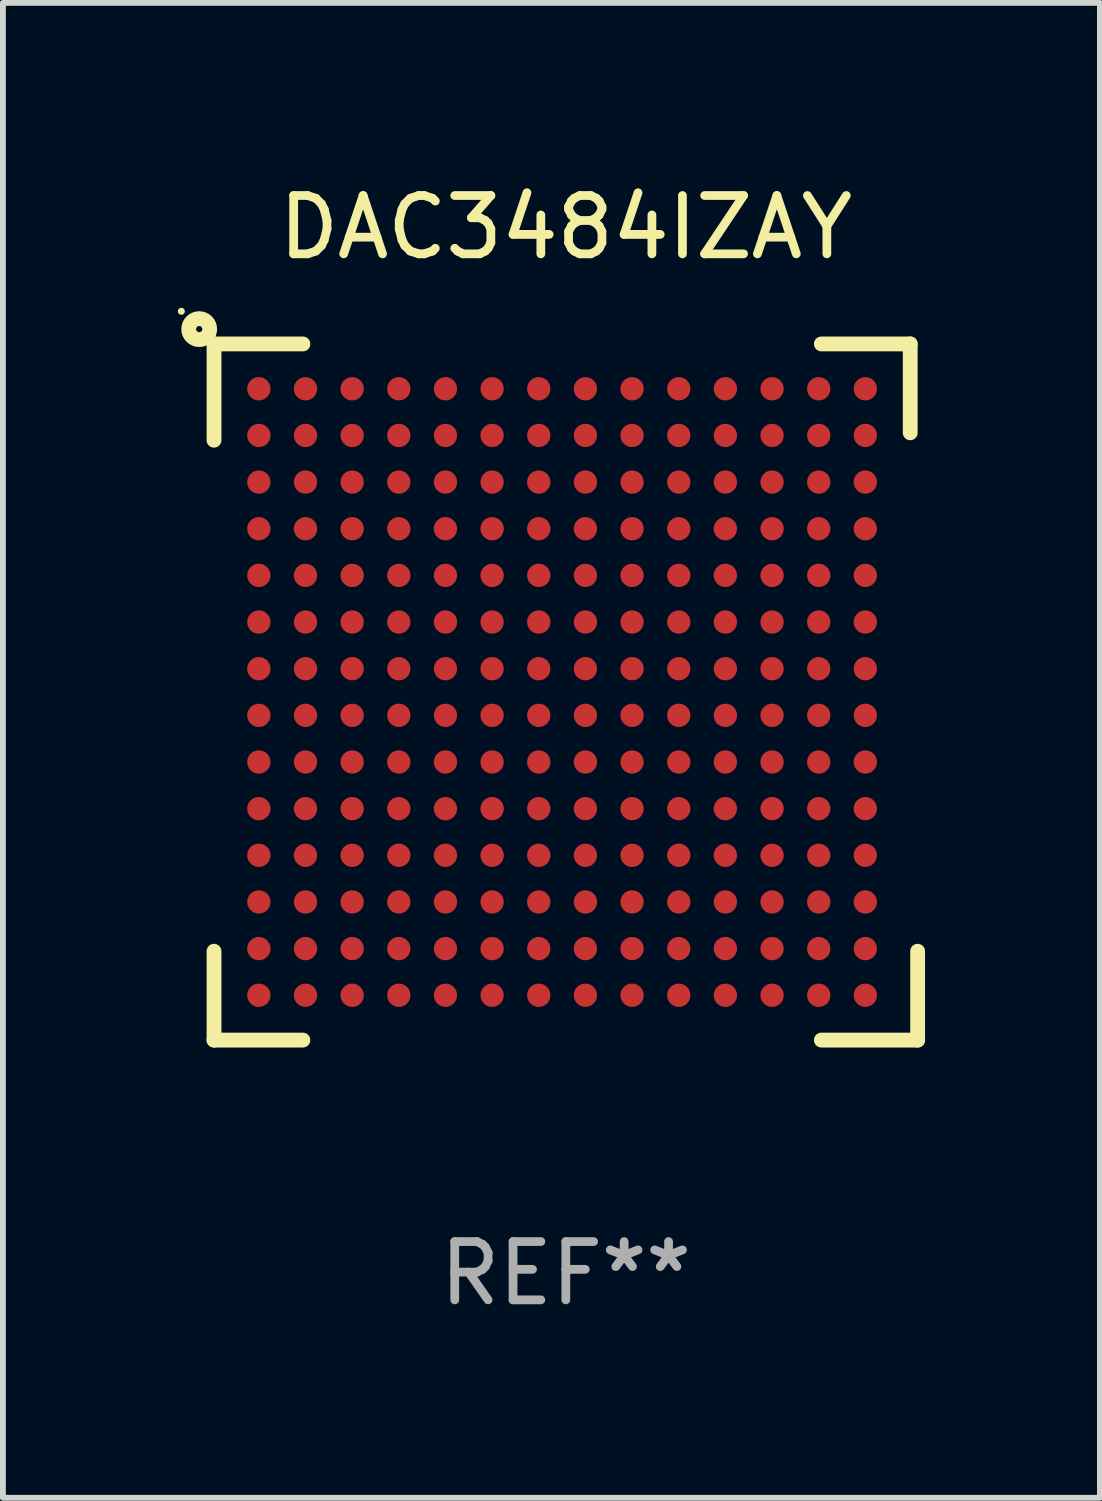
<source format=kicad_pcb>
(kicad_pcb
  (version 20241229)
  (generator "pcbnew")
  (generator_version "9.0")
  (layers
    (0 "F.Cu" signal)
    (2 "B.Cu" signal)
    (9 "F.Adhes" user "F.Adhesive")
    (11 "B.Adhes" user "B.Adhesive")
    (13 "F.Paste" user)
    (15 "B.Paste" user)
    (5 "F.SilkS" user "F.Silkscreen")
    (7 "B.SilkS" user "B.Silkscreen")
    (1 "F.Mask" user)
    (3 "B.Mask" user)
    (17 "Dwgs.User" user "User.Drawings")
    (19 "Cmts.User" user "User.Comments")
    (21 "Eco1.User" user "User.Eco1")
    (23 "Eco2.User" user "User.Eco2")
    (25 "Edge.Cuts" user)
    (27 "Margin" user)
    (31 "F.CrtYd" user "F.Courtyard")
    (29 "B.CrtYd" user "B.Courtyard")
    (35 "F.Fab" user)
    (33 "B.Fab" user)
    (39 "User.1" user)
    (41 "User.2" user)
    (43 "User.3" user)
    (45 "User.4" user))
  (footprint "DAC3484IZAY"
    (layer "F.Cu")
    (at 6.653 8.817)
    (property "Reference" "DAC3484IZAY" (at 0 -7.969 0) (layer "F.SilkS") (effects (font (size 1 1) (thickness 0.15))))
    (attr through_hole)
    (fp_line (start -6.033 -5.969) (end -4.509 -5.969) (stroke (width 0.254) (type solid)) (layer "F.SilkS"))
    (fp_line (start -6.033 -4.318) (end -6.033 -5.969) (stroke (width 0.254) (type solid)) (layer "F.SilkS"))
    (fp_line (start -6.033 5.969) (end -6.033 4.445) (stroke (width 0.254) (type solid)) (layer "F.SilkS"))
    (fp_line (start -4.509 5.969) (end -6.033 5.969) (stroke (width 0.254) (type solid)) (layer "F.SilkS"))
    (fp_line (start 4.382 -5.969) (end 5.906 -5.969) (stroke (width 0.254) (type solid)) (layer "F.SilkS"))
    (fp_line (start 5.906 -5.969) (end 5.906 -4.445) (stroke (width 0.254) (type solid)) (layer "F.SilkS"))
    (fp_line (start 6.033 4.445) (end 6.033 5.969) (stroke (width 0.254) (type solid)) (layer "F.SilkS"))
    (fp_line (start 6.033 5.969) (end 4.382 5.969) (stroke (width 0.254) (type solid)) (layer "F.SilkS"))
    (fp_circle (center -6.593 -6.529) (end -6.563 -6.529) (stroke (width 0.06) (type solid)) (fill no) (layer "F.SilkS"))
    (fp_circle (center -6.287 -6.223) (end -6.107 -6.223) (stroke (width 0.254) (type solid)) (fill no) (layer "F.SilkS"))
    (fp_text user "REF**" (at 0 9.969 0) (layer "F.Fab") (effects (font (size 1 1) (thickness 0.15))))
    (pad "A1" smd circle (at -5.264 -5.2) (size 0.4 0.4) (layers "F.Cu" "F.Mask" "F.Paste"))
    (pad "A2" smd circle (at -4.464 -5.2) (size 0.4 0.4) (layers "F.Cu" "F.Mask" "F.Paste"))
    (pad "A3" smd circle (at -3.664 -5.2) (size 0.4 0.4) (layers "F.Cu" "F.Mask" "F.Paste"))
    (pad "A4" smd circle (at -2.864 -5.2) (size 0.4 0.4) (layers "F.Cu" "F.Mask" "F.Paste"))
    (pad "A5" smd circle (at -2.064 -5.2) (size 0.4 0.4) (layers "F.Cu" "F.Mask" "F.Paste"))
    (pad "A6" smd circle (at -1.264 -5.2) (size 0.4 0.4) (layers "F.Cu" "F.Mask" "F.Paste"))
    (pad "A7" smd circle (at -0.464 -5.2) (size 0.4 0.4) (layers "F.Cu" "F.Mask" "F.Paste"))
    (pad "A8" smd circle (at 0.336 -5.2) (size 0.4 0.4) (layers "F.Cu" "F.Mask" "F.Paste"))
    (pad "A9" smd circle (at 1.136 -5.2) (size 0.4 0.4) (layers "F.Cu" "F.Mask" "F.Paste"))
    (pad "A10" smd circle (at 1.937 -5.2) (size 0.4 0.4) (layers "F.Cu" "F.Mask" "F.Paste"))
    (pad "A11" smd circle (at 2.736 -5.2) (size 0.4 0.4) (layers "F.Cu" "F.Mask" "F.Paste"))
    (pad "A12" smd circle (at 3.537 -5.2) (size 0.4 0.4) (layers "F.Cu" "F.Mask" "F.Paste"))
    (pad "A13" smd circle (at 4.337 -5.2) (size 0.4 0.4) (layers "F.Cu" "F.Mask" "F.Paste"))
    (pad "A14" smd circle (at 5.136 -5.2) (size 0.4 0.4) (layers "F.Cu" "F.Mask" "F.Paste"))
    (pad "B1" smd circle (at -5.264 -4.4) (size 0.4 0.4) (layers "F.Cu" "F.Mask" "F.Paste"))
    (pad "B2" smd circle (at -4.464 -4.4) (size 0.4 0.4) (layers "F.Cu" "F.Mask" "F.Paste"))
    (pad "B3" smd circle (at -3.664 -4.4) (size 0.4 0.4) (layers "F.Cu" "F.Mask" "F.Paste"))
    (pad "B4" smd circle (at -2.864 -4.4) (size 0.4 0.4) (layers "F.Cu" "F.Mask" "F.Paste"))
    (pad "B5" smd circle (at -2.064 -4.4) (size 0.4 0.4) (layers "F.Cu" "F.Mask" "F.Paste"))
    (pad "B6" smd circle (at -1.264 -4.4) (size 0.4 0.4) (layers "F.Cu" "F.Mask" "F.Paste"))
    (pad "B7" smd circle (at -0.464 -4.4) (size 0.4 0.4) (layers "F.Cu" "F.Mask" "F.Paste"))
    (pad "B8" smd circle (at 0.336 -4.4) (size 0.4 0.4) (layers "F.Cu" "F.Mask" "F.Paste"))
    (pad "B9" smd circle (at 1.136 -4.4) (size 0.4 0.4) (layers "F.Cu" "F.Mask" "F.Paste"))
    (pad "B10" smd circle (at 1.937 -4.4) (size 0.4 0.4) (layers "F.Cu" "F.Mask" "F.Paste"))
    (pad "B11" smd circle (at 2.736 -4.4) (size 0.4 0.4) (layers "F.Cu" "F.Mask" "F.Paste"))
    (pad "B12" smd circle (at 3.537 -4.4) (size 0.4 0.4) (layers "F.Cu" "F.Mask" "F.Paste"))
    (pad "B13" smd circle (at 4.337 -4.4) (size 0.4 0.4) (layers "F.Cu" "F.Mask" "F.Paste"))
    (pad "B14" smd circle (at 5.136 -4.4) (size 0.4 0.4) (layers "F.Cu" "F.Mask" "F.Paste"))
    (pad "C1" smd circle (at -5.264 -3.6) (size 0.4 0.4) (layers "F.Cu" "F.Mask" "F.Paste"))
    (pad "C2" smd circle (at -4.464 -3.6) (size 0.4 0.4) (layers "F.Cu" "F.Mask" "F.Paste"))
    (pad "C3" smd circle (at -3.664 -3.6) (size 0.4 0.4) (layers "F.Cu" "F.Mask" "F.Paste"))
    (pad "C4" smd circle (at -2.864 -3.6) (size 0.4 0.4) (layers "F.Cu" "F.Mask" "F.Paste"))
    (pad "C5" smd circle (at -2.064 -3.6) (size 0.4 0.4) (layers "F.Cu" "F.Mask" "F.Paste"))
    (pad "C6" smd circle (at -1.264 -3.6) (size 0.4 0.4) (layers "F.Cu" "F.Mask" "F.Paste"))
    (pad "C7" smd circle (at -0.464 -3.6) (size 0.4 0.4) (layers "F.Cu" "F.Mask" "F.Paste"))
    (pad "C8" smd circle (at 0.336 -3.6) (size 0.4 0.4) (layers "F.Cu" "F.Mask" "F.Paste"))
    (pad "C9" smd circle (at 1.136 -3.6) (size 0.4 0.4) (layers "F.Cu" "F.Mask" "F.Paste"))
    (pad "C10" smd circle (at 1.937 -3.6) (size 0.4 0.4) (layers "F.Cu" "F.Mask" "F.Paste"))
    (pad "C11" smd circle (at 2.736 -3.6) (size 0.4 0.4) (layers "F.Cu" "F.Mask" "F.Paste"))
    (pad "C12" smd circle (at 3.537 -3.6) (size 0.4 0.4) (layers "F.Cu" "F.Mask" "F.Paste"))
    (pad "C13" smd circle (at 4.337 -3.6) (size 0.4 0.4) (layers "F.Cu" "F.Mask" "F.Paste"))
    (pad "C14" smd circle (at 5.136 -3.6) (size 0.4 0.4) (layers "F.Cu" "F.Mask" "F.Paste"))
    (pad "D1" smd circle (at -5.264 -2.8) (size 0.4 0.4) (layers "F.Cu" "F.Mask" "F.Paste"))
    (pad "D2" smd circle (at -4.464 -2.8) (size 0.4 0.4) (layers "F.Cu" "F.Mask" "F.Paste"))
    (pad "D3" smd circle (at -3.664 -2.8) (size 0.4 0.4) (layers "F.Cu" "F.Mask" "F.Paste"))
    (pad "D4" smd circle (at -2.864 -2.8) (size 0.4 0.4) (layers "F.Cu" "F.Mask" "F.Paste"))
    (pad "D5" smd circle (at -2.064 -2.8) (size 0.4 0.4) (layers "F.Cu" "F.Mask" "F.Paste"))
    (pad "D6" smd circle (at -1.264 -2.8) (size 0.4 0.4) (layers "F.Cu" "F.Mask" "F.Paste"))
    (pad "D7" smd circle (at -0.464 -2.8) (size 0.4 0.4) (layers "F.Cu" "F.Mask" "F.Paste"))
    (pad "D8" smd circle (at 0.336 -2.8) (size 0.4 0.4) (layers "F.Cu" "F.Mask" "F.Paste"))
    (pad "D9" smd circle (at 1.136 -2.8) (size 0.4 0.4) (layers "F.Cu" "F.Mask" "F.Paste"))
    (pad "D10" smd circle (at 1.937 -2.8) (size 0.4 0.4) (layers "F.Cu" "F.Mask" "F.Paste"))
    (pad "D11" smd circle (at 2.736 -2.8) (size 0.4 0.4) (layers "F.Cu" "F.Mask" "F.Paste"))
    (pad "D12" smd circle (at 3.537 -2.8) (size 0.4 0.4) (layers "F.Cu" "F.Mask" "F.Paste"))
    (pad "D13" smd circle (at 4.337 -2.8) (size 0.4 0.4) (layers "F.Cu" "F.Mask" "F.Paste"))
    (pad "D14" smd circle (at 5.136 -2.8) (size 0.4 0.4) (layers "F.Cu" "F.Mask" "F.Paste"))
    (pad "E1" smd circle (at -5.264 -2) (size 0.4 0.4) (layers "F.Cu" "F.Mask" "F.Paste"))
    (pad "E2" smd circle (at -4.464 -2) (size 0.4 0.4) (layers "F.Cu" "F.Mask" "F.Paste"))
    (pad "E3" smd circle (at -3.664 -2) (size 0.4 0.4) (layers "F.Cu" "F.Mask" "F.Paste"))
    (pad "E4" smd circle (at -2.864 -2) (size 0.4 0.4) (layers "F.Cu" "F.Mask" "F.Paste"))
    (pad "E5" smd circle (at -2.064 -2) (size 0.4 0.4) (layers "F.Cu" "F.Mask" "F.Paste"))
    (pad "E6" smd circle (at -1.264 -2) (size 0.4 0.4) (layers "F.Cu" "F.Mask" "F.Paste"))
    (pad "E7" smd circle (at -0.464 -2) (size 0.4 0.4) (layers "F.Cu" "F.Mask" "F.Paste"))
    (pad "E8" smd circle (at 0.336 -2) (size 0.4 0.4) (layers "F.Cu" "F.Mask" "F.Paste"))
    (pad "E9" smd circle (at 1.136 -2) (size 0.4 0.4) (layers "F.Cu" "F.Mask" "F.Paste"))
    (pad "E10" smd circle (at 1.937 -2) (size 0.4 0.4) (layers "F.Cu" "F.Mask" "F.Paste"))
    (pad "E11" smd circle (at 2.736 -2) (size 0.4 0.4) (layers "F.Cu" "F.Mask" "F.Paste"))
    (pad "E12" smd circle (at 3.537 -2) (size 0.4 0.4) (layers "F.Cu" "F.Mask" "F.Paste"))
    (pad "E13" smd circle (at 4.337 -2) (size 0.4 0.4) (layers "F.Cu" "F.Mask" "F.Paste"))
    (pad "E14" smd circle (at 5.136 -2) (size 0.4 0.4) (layers "F.Cu" "F.Mask" "F.Paste"))
    (pad "F1" smd circle (at -5.264 -1.2) (size 0.4 0.4) (layers "F.Cu" "F.Mask" "F.Paste"))
    (pad "F2" smd circle (at -4.464 -1.2) (size 0.4 0.4) (layers "F.Cu" "F.Mask" "F.Paste"))
    (pad "F3" smd circle (at -3.664 -1.2) (size 0.4 0.4) (layers "F.Cu" "F.Mask" "F.Paste"))
    (pad "F4" smd circle (at -2.864 -1.2) (size 0.4 0.4) (layers "F.Cu" "F.Mask" "F.Paste"))
    (pad "F5" smd circle (at -2.064 -1.2) (size 0.4 0.4) (layers "F.Cu" "F.Mask" "F.Paste"))
    (pad "F6" smd circle (at -1.264 -1.2) (size 0.4 0.4) (layers "F.Cu" "F.Mask" "F.Paste"))
    (pad "F7" smd circle (at -0.464 -1.2) (size 0.4 0.4) (layers "F.Cu" "F.Mask" "F.Paste"))
    (pad "F8" smd circle (at 0.336 -1.2) (size 0.4 0.4) (layers "F.Cu" "F.Mask" "F.Paste"))
    (pad "F9" smd circle (at 1.136 -1.2) (size 0.4 0.4) (layers "F.Cu" "F.Mask" "F.Paste"))
    (pad "F10" smd circle (at 1.937 -1.2) (size 0.4 0.4) (layers "F.Cu" "F.Mask" "F.Paste"))
    (pad "F11" smd circle (at 2.736 -1.2) (size 0.4 0.4) (layers "F.Cu" "F.Mask" "F.Paste"))
    (pad "F12" smd circle (at 3.537 -1.2) (size 0.4 0.4) (layers "F.Cu" "F.Mask" "F.Paste"))
    (pad "F13" smd circle (at 4.337 -1.2) (size 0.4 0.4) (layers "F.Cu" "F.Mask" "F.Paste"))
    (pad "F14" smd circle (at 5.136 -1.2) (size 0.4 0.4) (layers "F.Cu" "F.Mask" "F.Paste"))
    (pad "G1" smd circle (at -5.264 -0.4) (size 0.4 0.4) (layers "F.Cu" "F.Mask" "F.Paste"))
    (pad "G2" smd circle (at -4.464 -0.4) (size 0.4 0.4) (layers "F.Cu" "F.Mask" "F.Paste"))
    (pad "G3" smd circle (at -3.664 -0.4) (size 0.4 0.4) (layers "F.Cu" "F.Mask" "F.Paste"))
    (pad "G4" smd circle (at -2.864 -0.4) (size 0.4 0.4) (layers "F.Cu" "F.Mask" "F.Paste"))
    (pad "G5" smd circle (at -2.064 -0.4) (size 0.4 0.4) (layers "F.Cu" "F.Mask" "F.Paste"))
    (pad "G6" smd circle (at -1.264 -0.4) (size 0.4 0.4) (layers "F.Cu" "F.Mask" "F.Paste"))
    (pad "G7" smd circle (at -0.464 -0.4) (size 0.4 0.4) (layers "F.Cu" "F.Mask" "F.Paste"))
    (pad "G8" smd circle (at 0.336 -0.4) (size 0.4 0.4) (layers "F.Cu" "F.Mask" "F.Paste"))
    (pad "G9" smd circle (at 1.136 -0.4) (size 0.4 0.4) (layers "F.Cu" "F.Mask" "F.Paste"))
    (pad "G10" smd circle (at 1.937 -0.4) (size 0.4 0.4) (layers "F.Cu" "F.Mask" "F.Paste"))
    (pad "G11" smd circle (at 2.736 -0.4) (size 0.4 0.4) (layers "F.Cu" "F.Mask" "F.Paste"))
    (pad "G12" smd circle (at 3.537 -0.4) (size 0.4 0.4) (layers "F.Cu" "F.Mask" "F.Paste"))
    (pad "G13" smd circle (at 4.337 -0.4) (size 0.4 0.4) (layers "F.Cu" "F.Mask" "F.Paste"))
    (pad "G14" smd circle (at 5.136 -0.4) (size 0.4 0.4) (layers "F.Cu" "F.Mask" "F.Paste"))
    (pad "H1" smd circle (at -5.264 0.4) (size 0.4 0.4) (layers "F.Cu" "F.Mask" "F.Paste"))
    (pad "H2" smd circle (at -4.464 0.4) (size 0.4 0.4) (layers "F.Cu" "F.Mask" "F.Paste"))
    (pad "H3" smd circle (at -3.664 0.4) (size 0.4 0.4) (layers "F.Cu" "F.Mask" "F.Paste"))
    (pad "H4" smd circle (at -2.864 0.4) (size 0.4 0.4) (layers "F.Cu" "F.Mask" "F.Paste"))
    (pad "H5" smd circle (at -2.064 0.4) (size 0.4 0.4) (layers "F.Cu" "F.Mask" "F.Paste"))
    (pad "H6" smd circle (at -1.264 0.4) (size 0.4 0.4) (layers "F.Cu" "F.Mask" "F.Paste"))
    (pad "H7" smd circle (at -0.464 0.4) (size 0.4 0.4) (layers "F.Cu" "F.Mask" "F.Paste"))
    (pad "H8" smd circle (at 0.336 0.4) (size 0.4 0.4) (layers "F.Cu" "F.Mask" "F.Paste"))
    (pad "H9" smd circle (at 1.136 0.4) (size 0.4 0.4) (layers "F.Cu" "F.Mask" "F.Paste"))
    (pad "H10" smd circle (at 1.937 0.4) (size 0.4 0.4) (layers "F.Cu" "F.Mask" "F.Paste"))
    (pad "H11" smd circle (at 2.736 0.4) (size 0.4 0.4) (layers "F.Cu" "F.Mask" "F.Paste"))
    (pad "H12" smd circle (at 3.537 0.4) (size 0.4 0.4) (layers "F.Cu" "F.Mask" "F.Paste"))
    (pad "H13" smd circle (at 4.337 0.4) (size 0.4 0.4) (layers "F.Cu" "F.Mask" "F.Paste"))
    (pad "H14" smd circle (at 5.136 0.4) (size 0.4 0.4) (layers "F.Cu" "F.Mask" "F.Paste"))
    (pad "J1" smd circle (at -5.264 1.2) (size 0.4 0.4) (layers "F.Cu" "F.Mask" "F.Paste"))
    (pad "J2" smd circle (at -4.464 1.2) (size 0.4 0.4) (layers "F.Cu" "F.Mask" "F.Paste"))
    (pad "J3" smd circle (at -3.664 1.2) (size 0.4 0.4) (layers "F.Cu" "F.Mask" "F.Paste"))
    (pad "J4" smd circle (at -2.864 1.2) (size 0.4 0.4) (layers "F.Cu" "F.Mask" "F.Paste"))
    (pad "J5" smd circle (at -2.064 1.2) (size 0.4 0.4) (layers "F.Cu" "F.Mask" "F.Paste"))
    (pad "J6" smd circle (at -1.264 1.2) (size 0.4 0.4) (layers "F.Cu" "F.Mask" "F.Paste"))
    (pad "J7" smd circle (at -0.464 1.2) (size 0.4 0.4) (layers "F.Cu" "F.Mask" "F.Paste"))
    (pad "J8" smd circle (at 0.336 1.2) (size 0.4 0.4) (layers "F.Cu" "F.Mask" "F.Paste"))
    (pad "J9" smd circle (at 1.136 1.2) (size 0.4 0.4) (layers "F.Cu" "F.Mask" "F.Paste"))
    (pad "J10" smd circle (at 1.937 1.2) (size 0.4 0.4) (layers "F.Cu" "F.Mask" "F.Paste"))
    (pad "J11" smd circle (at 2.736 1.2) (size 0.4 0.4) (layers "F.Cu" "F.Mask" "F.Paste"))
    (pad "J12" smd circle (at 3.537 1.2) (size 0.4 0.4) (layers "F.Cu" "F.Mask" "F.Paste"))
    (pad "J13" smd circle (at 4.337 1.2) (size 0.4 0.4) (layers "F.Cu" "F.Mask" "F.Paste"))
    (pad "J14" smd circle (at 5.136 1.2) (size 0.4 0.4) (layers "F.Cu" "F.Mask" "F.Paste"))
    (pad "K1" smd circle (at -5.264 2) (size 0.4 0.4) (layers "F.Cu" "F.Mask" "F.Paste"))
    (pad "K2" smd circle (at -4.464 2) (size 0.4 0.4) (layers "F.Cu" "F.Mask" "F.Paste"))
    (pad "K3" smd circle (at -3.664 2) (size 0.4 0.4) (layers "F.Cu" "F.Mask" "F.Paste"))
    (pad "K4" smd circle (at -2.864 2) (size 0.4 0.4) (layers "F.Cu" "F.Mask" "F.Paste"))
    (pad "K5" smd circle (at -2.064 2) (size 0.4 0.4) (layers "F.Cu" "F.Mask" "F.Paste"))
    (pad "K6" smd circle (at -1.264 2) (size 0.4 0.4) (layers "F.Cu" "F.Mask" "F.Paste"))
    (pad "K7" smd circle (at -0.464 2) (size 0.4 0.4) (layers "F.Cu" "F.Mask" "F.Paste"))
    (pad "K8" smd circle (at 0.336 2) (size 0.4 0.4) (layers "F.Cu" "F.Mask" "F.Paste"))
    (pad "K9" smd circle (at 1.136 2) (size 0.4 0.4) (layers "F.Cu" "F.Mask" "F.Paste"))
    (pad "K10" smd circle (at 1.937 2) (size 0.4 0.4) (layers "F.Cu" "F.Mask" "F.Paste"))
    (pad "K11" smd circle (at 2.736 2) (size 0.4 0.4) (layers "F.Cu" "F.Mask" "F.Paste"))
    (pad "K12" smd circle (at 3.537 2) (size 0.4 0.4) (layers "F.Cu" "F.Mask" "F.Paste"))
    (pad "K13" smd circle (at 4.337 2) (size 0.4 0.4) (layers "F.Cu" "F.Mask" "F.Paste"))
    (pad "K14" smd circle (at 5.136 2) (size 0.4 0.4) (layers "F.Cu" "F.Mask" "F.Paste"))
    (pad "L1" smd circle (at -5.264 2.8) (size 0.4 0.4) (layers "F.Cu" "F.Mask" "F.Paste"))
    (pad "L2" smd circle (at -4.464 2.8) (size 0.4 0.4) (layers "F.Cu" "F.Mask" "F.Paste"))
    (pad "L3" smd circle (at -3.664 2.8) (size 0.4 0.4) (layers "F.Cu" "F.Mask" "F.Paste"))
    (pad "L4" smd circle (at -2.864 2.8) (size 0.4 0.4) (layers "F.Cu" "F.Mask" "F.Paste"))
    (pad "L5" smd circle (at -2.064 2.8) (size 0.4 0.4) (layers "F.Cu" "F.Mask" "F.Paste"))
    (pad "L6" smd circle (at -1.264 2.8) (size 0.4 0.4) (layers "F.Cu" "F.Mask" "F.Paste"))
    (pad "L7" smd circle (at -0.464 2.8) (size 0.4 0.4) (layers "F.Cu" "F.Mask" "F.Paste"))
    (pad "L8" smd circle (at 0.336 2.8) (size 0.4 0.4) (layers "F.Cu" "F.Mask" "F.Paste"))
    (pad "L9" smd circle (at 1.136 2.8) (size 0.4 0.4) (layers "F.Cu" "F.Mask" "F.Paste"))
    (pad "L10" smd circle (at 1.937 2.8) (size 0.4 0.4) (layers "F.Cu" "F.Mask" "F.Paste"))
    (pad "L11" smd circle (at 2.736 2.8) (size 0.4 0.4) (layers "F.Cu" "F.Mask" "F.Paste"))
    (pad "L12" smd circle (at 3.537 2.8) (size 0.4 0.4) (layers "F.Cu" "F.Mask" "F.Paste"))
    (pad "L13" smd circle (at 4.337 2.8) (size 0.4 0.4) (layers "F.Cu" "F.Mask" "F.Paste"))
    (pad "L14" smd circle (at 5.136 2.8) (size 0.4 0.4) (layers "F.Cu" "F.Mask" "F.Paste"))
    (pad "M1" smd circle (at -5.264 3.6) (size 0.4 0.4) (layers "F.Cu" "F.Mask" "F.Paste"))
    (pad "M2" smd circle (at -4.464 3.6) (size 0.4 0.4) (layers "F.Cu" "F.Mask" "F.Paste"))
    (pad "M3" smd circle (at -3.664 3.6) (size 0.4 0.4) (layers "F.Cu" "F.Mask" "F.Paste"))
    (pad "M4" smd circle (at -2.864 3.6) (size 0.4 0.4) (layers "F.Cu" "F.Mask" "F.Paste"))
    (pad "M5" smd circle (at -2.064 3.6) (size 0.4 0.4) (layers "F.Cu" "F.Mask" "F.Paste"))
    (pad "M6" smd circle (at -1.264 3.6) (size 0.4 0.4) (layers "F.Cu" "F.Mask" "F.Paste"))
    (pad "M7" smd circle (at -0.464 3.6) (size 0.4 0.4) (layers "F.Cu" "F.Mask" "F.Paste"))
    (pad "M8" smd circle (at 0.336 3.6) (size 0.4 0.4) (layers "F.Cu" "F.Mask" "F.Paste"))
    (pad "M9" smd circle (at 1.136 3.6) (size 0.4 0.4) (layers "F.Cu" "F.Mask" "F.Paste"))
    (pad "M10" smd circle (at 1.937 3.6) (size 0.4 0.4) (layers "F.Cu" "F.Mask" "F.Paste"))
    (pad "M11" smd circle (at 2.736 3.6) (size 0.4 0.4) (layers "F.Cu" "F.Mask" "F.Paste"))
    (pad "M12" smd circle (at 3.537 3.6) (size 0.4 0.4) (layers "F.Cu" "F.Mask" "F.Paste"))
    (pad "M13" smd circle (at 4.337 3.6) (size 0.4 0.4) (layers "F.Cu" "F.Mask" "F.Paste"))
    (pad "M14" smd circle (at 5.136 3.6) (size 0.4 0.4) (layers "F.Cu" "F.Mask" "F.Paste"))
    (pad "N1" smd circle (at -5.264 4.4) (size 0.4 0.4) (layers "F.Cu" "F.Mask" "F.Paste"))
    (pad "N2" smd circle (at -4.464 4.4) (size 0.4 0.4) (layers "F.Cu" "F.Mask" "F.Paste"))
    (pad "N3" smd circle (at -3.664 4.4) (size 0.4 0.4) (layers "F.Cu" "F.Mask" "F.Paste"))
    (pad "N4" smd circle (at -2.864 4.4) (size 0.4 0.4) (layers "F.Cu" "F.Mask" "F.Paste"))
    (pad "N5" smd circle (at -2.064 4.4) (size 0.4 0.4) (layers "F.Cu" "F.Mask" "F.Paste"))
    (pad "N6" smd circle (at -1.264 4.4) (size 0.4 0.4) (layers "F.Cu" "F.Mask" "F.Paste"))
    (pad "N7" smd circle (at -0.464 4.4) (size 0.4 0.4) (layers "F.Cu" "F.Mask" "F.Paste"))
    (pad "N8" smd circle (at 0.336 4.4) (size 0.4 0.4) (layers "F.Cu" "F.Mask" "F.Paste"))
    (pad "N9" smd circle (at 1.136 4.4) (size 0.4 0.4) (layers "F.Cu" "F.Mask" "F.Paste"))
    (pad "N10" smd circle (at 1.937 4.4) (size 0.4 0.4) (layers "F.Cu" "F.Mask" "F.Paste"))
    (pad "N11" smd circle (at 2.736 4.4) (size 0.4 0.4) (layers "F.Cu" "F.Mask" "F.Paste"))
    (pad "N12" smd circle (at 3.537 4.4) (size 0.4 0.4) (layers "F.Cu" "F.Mask" "F.Paste"))
    (pad "N13" smd circle (at 4.337 4.4) (size 0.4 0.4) (layers "F.Cu" "F.Mask" "F.Paste"))
    (pad "N14" smd circle (at 5.136 4.4) (size 0.4 0.4) (layers "F.Cu" "F.Mask" "F.Paste"))
    (pad "P1" smd circle (at -5.264 5.2) (size 0.4 0.4) (layers "F.Cu" "F.Mask" "F.Paste"))
    (pad "P2" smd circle (at -4.464 5.2) (size 0.4 0.4) (layers "F.Cu" "F.Mask" "F.Paste"))
    (pad "P3" smd circle (at -3.664 5.2) (size 0.4 0.4) (layers "F.Cu" "F.Mask" "F.Paste"))
    (pad "P4" smd circle (at -2.864 5.2) (size 0.4 0.4) (layers "F.Cu" "F.Mask" "F.Paste"))
    (pad "P5" smd circle (at -2.064 5.2) (size 0.4 0.4) (layers "F.Cu" "F.Mask" "F.Paste"))
    (pad "P6" smd circle (at -1.264 5.2) (size 0.4 0.4) (layers "F.Cu" "F.Mask" "F.Paste"))
    (pad "P7" smd circle (at -0.464 5.2) (size 0.4 0.4) (layers "F.Cu" "F.Mask" "F.Paste"))
    (pad "P8" smd circle (at 0.336 5.2) (size 0.4 0.4) (layers "F.Cu" "F.Mask" "F.Paste"))
    (pad "P9" smd circle (at 1.136 5.2) (size 0.4 0.4) (layers "F.Cu" "F.Mask" "F.Paste"))
    (pad "P10" smd circle (at 1.937 5.2) (size 0.4 0.4) (layers "F.Cu" "F.Mask" "F.Paste"))
    (pad "P11" smd circle (at 2.736 5.2) (size 0.4 0.4) (layers "F.Cu" "F.Mask" "F.Paste"))
    (pad "P12" smd circle (at 3.537 5.2) (size 0.4 0.4) (layers "F.Cu" "F.Mask" "F.Paste"))
    (pad "P13" smd circle (at 4.337 5.2) (size 0.4 0.4) (layers "F.Cu" "F.Mask" "F.Paste"))
    (pad "P14" smd circle (at 5.136 5.2) (size 0.4 0.4) (layers "F.Cu" "F.Mask" "F.Paste")))
  (gr_rect
    (start -3 -3)
    (end 15.812 22.635)
    (stroke (width 0.1) (type default))
    (fill no)
    (layer "Edge.Cuts")))
</source>
